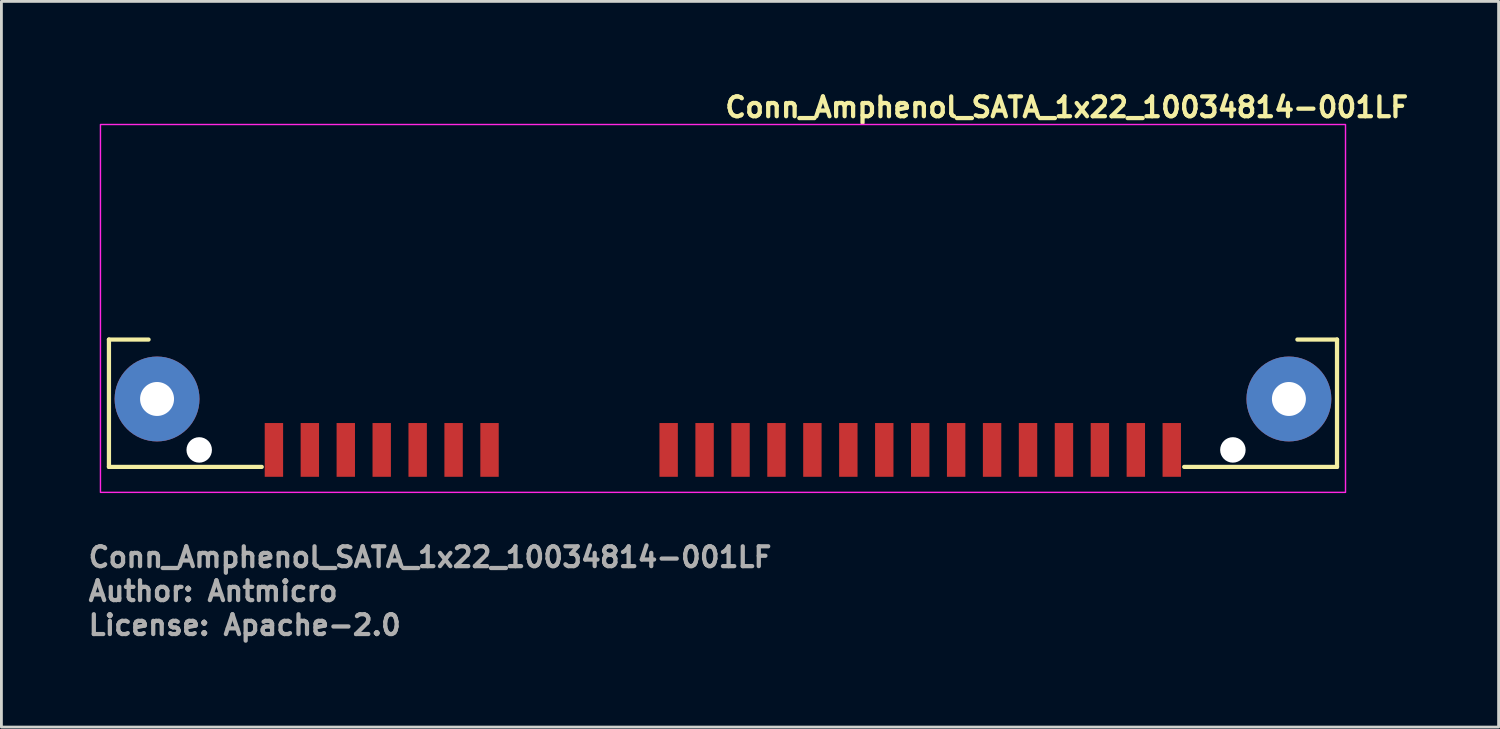
<source format=kicad_pcb>
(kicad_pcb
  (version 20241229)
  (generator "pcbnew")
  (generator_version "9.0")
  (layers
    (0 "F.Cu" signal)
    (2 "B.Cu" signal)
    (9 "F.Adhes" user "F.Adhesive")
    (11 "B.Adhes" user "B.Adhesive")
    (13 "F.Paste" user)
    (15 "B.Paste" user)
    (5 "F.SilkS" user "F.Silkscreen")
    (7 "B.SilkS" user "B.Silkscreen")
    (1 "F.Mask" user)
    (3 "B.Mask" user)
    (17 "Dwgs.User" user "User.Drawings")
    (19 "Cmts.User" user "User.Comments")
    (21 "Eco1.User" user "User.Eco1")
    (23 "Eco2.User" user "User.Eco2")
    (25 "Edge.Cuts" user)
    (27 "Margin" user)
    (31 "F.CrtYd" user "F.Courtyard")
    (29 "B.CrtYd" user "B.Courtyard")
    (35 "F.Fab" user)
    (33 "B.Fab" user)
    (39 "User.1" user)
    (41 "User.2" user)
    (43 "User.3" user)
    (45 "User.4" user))
  (footprint "Conn_Amphenol_SATA_1x22_10034814-001LF"
    (layer "F.Cu")
    (at 22.5 7.85)
    (property "Reference" "Conn_Amphenol_SATA_1x22_10034814-001LF" (at 0 -6.7 180) (layer "F.SilkS") (effects (font (size 0.7 0.7) (thickness 0.15)) (justify left bottom)))
    (attr smd)
    (fp_line (start -21.7 1.1) (end -21.7 5.6) (stroke (width 0.15) (type solid)) (layer "F.SilkS"))
    (fp_line (start -21.7 5.6) (end -16.3 5.6) (stroke (width 0.15) (type solid)) (layer "F.SilkS"))
    (fp_line (start -20.3 1.1) (end -21.7 1.1) (stroke (width 0.15) (type solid)) (layer "F.SilkS"))
    (fp_line (start 20.3 1.1) (end 21.7 1.1) (stroke (width 0.15) (type solid)) (layer "F.SilkS"))
    (fp_line (start 21.7 1.1) (end 21.7 5.6) (stroke (width 0.15) (type solid)) (layer "F.SilkS"))
    (fp_line (start 21.7 5.6) (end 16.3 5.6) (stroke (width 0.15) (type solid)) (layer "F.SilkS"))
    (fp_rect (start -22 -6.5) (end 22 6.5) (stroke (width 0.05) (type solid)) (fill no) (layer "F.CrtYd"))
    (fp_rect (start -21.2 -6.2) (end 21.2 6.2) (stroke (width 0.1) (type solid)) (fill no) (layer "User.5"))
    (fp_line (start -21.2 3.05) (end -21.2 1.2) (stroke (width 0.02) (type solid)) (layer "User.9"))
    (fp_line (start -21.2 3.05) (end -21.054 3.05) (stroke (width 0.02) (type solid)) (layer "User.9"))
    (fp_line (start -21.2 6.2) (end -21.2 3.05) (stroke (width 0.02) (type solid)) (layer "User.9"))
    (fp_line (start -21.054 1.2) (end -21.2 1.2) (stroke (width 0.02) (type solid)) (layer "User.9"))
    (fp_line (start -21.054 1.2) (end -21.054 1.2) (stroke (width 0.02) (type solid)) (layer "User.9"))
    (fp_line (start -21.054 3.05) (end -21.054 3.05) (stroke (width 0.02) (type solid)) (layer "User.9"))
    (fp_line (start -21.054 3.05) (end -20.7 3.05) (stroke (width 0.02) (type solid)) (layer "User.9"))
    (fp_line (start -20.7 1.2) (end -21.054 1.2) (stroke (width 0.02) (type solid)) (layer "User.9"))
    (fp_line (start -20.7 1.2) (end -18.095 1.2) (stroke (width 0.02) (type solid)) (layer "User.9"))
    (fp_line (start -20.7 3.05) (end 20.7 3.05) (stroke (width 0.02) (type solid)) (layer "User.9"))
    (fp_line (start -20.215 -4.5) (end -20.215 1.2) (stroke (width 0.02) (type solid)) (layer "User.9"))
    (fp_line (start -20.214 -4.501) (end -20.215 -4.5) (stroke (width 0.02) (type solid)) (layer "User.9"))
    (fp_line (start -20.214 -4.501) (end -20.215 -4.5) (stroke (width 0.02) (type solid)) (layer "User.9"))
    (fp_line (start -20.212 -4.504) (end -20.214 -4.501) (stroke (width 0.02) (type solid)) (layer "User.9"))
    (fp_line (start -20.212 -4.504) (end -20.214 -4.501) (stroke (width 0.02) (type solid)) (layer "User.9"))
    (fp_line (start -20.21 -4.507) (end -20.212 -4.504) (stroke (width 0.02) (type solid)) (layer "User.9"))
    (fp_line (start -20.207 -4.509) (end -20.211 -4.506) (stroke (width 0.02) (type solid)) (layer "User.9"))
    (fp_line (start -20.207 -4.509) (end -20.21 -4.507) (stroke (width 0.02) (type solid)) (layer "User.9"))
    (fp_line (start -20.204 -4.511) (end -20.207 -4.509) (stroke (width 0.02) (type solid)) (layer "User.9"))
    (fp_line (start -20.202 -4.512) (end -20.207 -4.509) (stroke (width 0.02) (type solid)) (layer "User.9"))
    (fp_line (start -20.2 -4.513) (end -20.204 -4.511) (stroke (width 0.02) (type solid)) (layer "User.9"))
    (fp_line (start -20.196 -4.515) (end -20.202 -4.512) (stroke (width 0.02) (type solid)) (layer "User.9"))
    (fp_line (start -20.196 -4.515) (end -20.2 -4.513) (stroke (width 0.02) (type solid)) (layer "User.9"))
    (fp_line (start -20.191 -4.516) (end -20.196 -4.515) (stroke (width 0.02) (type solid)) (layer "User.9"))
    (fp_line (start -20.188 -4.517) (end -20.196 -4.515) (stroke (width 0.02) (type solid)) (layer "User.9"))
    (fp_line (start -20.186 -4.518) (end -20.191 -4.516) (stroke (width 0.02) (type solid)) (layer "User.9"))
    (fp_line (start -20.18 -4.519) (end -20.186 -4.518) (stroke (width 0.02) (type solid)) (layer "User.9"))
    (fp_line (start -20.179 -4.519) (end -20.188 -4.517) (stroke (width 0.02) (type solid)) (layer "User.9"))
    (fp_line (start -20.174 -4.52) (end -20.18 -4.519) (stroke (width 0.02) (type solid)) (layer "User.9"))
    (fp_line (start -20.168 -4.52) (end -20.179 -4.519) (stroke (width 0.02) (type solid)) (layer "User.9"))
    (fp_line (start -20.167 -4.52) (end -20.174 -4.52) (stroke (width 0.02) (type solid)) (layer "User.9"))
    (fp_line (start -20.16 -4.521) (end -20.167 -4.52) (stroke (width 0.02) (type solid)) (layer "User.9"))
    (fp_line (start -20.157 -4.521) (end -20.168 -4.52) (stroke (width 0.02) (type solid)) (layer "User.9"))
    (fp_line (start -20.152 -4.521) (end -20.16 -4.521) (stroke (width 0.02) (type solid)) (layer "User.9"))
    (fp_line (start -20.145 -4.521) (end -20.157 -4.521) (stroke (width 0.02) (type solid)) (layer "User.9"))
    (fp_line (start -20.144 -4.521) (end -20.152 -4.521) (stroke (width 0.02) (type solid)) (layer "User.9"))
    (fp_line (start -20.136 -4.521) (end -20.144 -4.521) (stroke (width 0.02) (type solid)) (layer "User.9"))
    (fp_line (start -20.131 -4.521) (end -20.145 -4.521) (stroke (width 0.02) (type solid)) (layer "User.9"))
    (fp_line (start -20.126 -4.521) (end -20.136 -4.521) (stroke (width 0.02) (type solid)) (layer "User.9"))
    (fp_line (start -20.117 -4.52) (end -20.126 -4.521) (stroke (width 0.02) (type solid)) (layer "User.9"))
    (fp_line (start -20.117 -4.52) (end -20.117 -4.52) (stroke (width 0.02) (type solid)) (layer "User.9"))
    (fp_line (start -20.116 -4.52) (end -20.131 -4.521) (stroke (width 0.02) (type solid)) (layer "User.9"))
    (fp_line (start -20.096 -4.519) (end -20.117 -4.52) (stroke (width 0.02) (type solid)) (layer "User.9"))
    (fp_line (start -20.084 -4.518) (end -20.116 -4.52) (stroke (width 0.02) (type solid)) (layer "User.9"))
    (fp_line (start -20.075 -4.517) (end -20.096 -4.519) (stroke (width 0.02) (type solid)) (layer "User.9"))
    (fp_line (start -20.049 -4.515) (end -20.084 -4.518) (stroke (width 0.02) (type solid)) (layer "User.9"))
    (fp_line (start -20.027 -4.512) (end -20.075 -4.517) (stroke (width 0.02) (type solid)) (layer "User.9"))
    (fp_line (start -20.01 -4.51) (end -20.049 -4.515) (stroke (width 0.02) (type solid)) (layer "User.9"))
    (fp_line (start -19.976 -4.506) (end -20.027 -4.512) (stroke (width 0.02) (type solid)) (layer "User.9"))
    (fp_line (start -19.95 -4.503) (end -19.976 -4.506) (stroke (width 0.02) (type solid)) (layer "User.9"))
    (fp_line (start -19.923 -4.5) (end -19.95 -4.503) (stroke (width 0.02) (type solid)) (layer "User.9"))
    (fp_line (start -19.923 -4.5) (end -19.915 -4.5) (stroke (width 0.02) (type solid)) (layer "User.9"))
    (fp_line (start -19.915 -4.5) (end -18.095 -4.5) (stroke (width 0.02) (type solid)) (layer "User.9"))
    (fp_line (start -19.05 6.2) (end -21.2 6.2) (stroke (width 0.02) (type solid)) (layer "User.9"))
    (fp_line (start -19.05 6.2) (end -19.05 3.05) (stroke (width 0.02) (type solid)) (layer "User.9"))
    (fp_line (start -19.05 6.2) (end -18.904 6.2) (stroke (width 0.02) (type solid)) (layer "User.9"))
    (fp_line (start -19.025 -6.2) (end -20.212 -4.504) (stroke (width 0.02) (type solid)) (layer "User.9"))
    (fp_line (start -19.025 -6.2) (end -18.939 -6.2) (stroke (width 0.02) (type solid)) (layer "User.9"))
    (fp_line (start -18.939 -6.2) (end -18.939 -6.2) (stroke (width 0.02) (type solid)) (layer "User.9"))
    (fp_line (start -18.939 -6.2) (end -18.734 -6.2) (stroke (width 0.02) (type solid)) (layer "User.9"))
    (fp_line (start -18.904 6.2) (end -18.904 6.2) (stroke (width 0.02) (type solid)) (layer "User.9"))
    (fp_line (start -18.904 6.2) (end -18.55 6.2) (stroke (width 0.02) (type solid)) (layer "User.9"))
    (fp_line (start -18.55 6.2) (end -17.5 6.2) (stroke (width 0.02) (type solid)) (layer "User.9"))
    (fp_line (start -18.525 -6.2) (end -18.734 -6.2) (stroke (width 0.02) (type solid)) (layer "User.9"))
    (fp_line (start -18.095 -5.455) (end -18.525 -6.2) (stroke (width 0.02) (type solid)) (layer "User.9"))
    (fp_line (start -18.095 -4.5) (end -18.095 -5.455) (stroke (width 0.02) (type solid)) (layer "User.9"))
    (fp_line (start -18.095 -4.5) (end -18.095 1.2) (stroke (width 0.02) (type solid)) (layer "User.9"))
    (fp_line (start -18.095 -4.5) (end 18.095 -4.5) (stroke (width 0.02) (type solid)) (layer "User.9"))
    (fp_line (start -17.5 3.05) (end -17.5 6.2) (stroke (width 0.02) (type solid)) (layer "User.9"))
    (fp_line (start -16.175 3.07) (end -16.175 3.05) (stroke (width 0.02) (type solid)) (layer "User.9"))
    (fp_line (start -16.175 3.07) (end -16.025 3.07) (stroke (width 0.02) (type solid)) (layer "User.9"))
    (fp_line (start -16.025 3.07) (end -16.025 3.82) (stroke (width 0.02) (type solid)) (layer "User.9"))
    (fp_line (start -16.025 3.82) (end -16.025 4.174) (stroke (width 0.02) (type solid)) (layer "User.9"))
    (fp_line (start -16.025 4.174) (end -16.025 4.174) (stroke (width 0.02) (type solid)) (layer "User.9"))
    (fp_line (start -16.025 4.174) (end -16.025 4.362) (stroke (width 0.02) (type solid)) (layer "User.9"))
    (fp_line (start -16.025 4.362) (end -16.025 4.653) (stroke (width 0.02) (type solid)) (layer "User.9"))
    (fp_line (start -16.025 4.653) (end -16.025 4.948) (stroke (width 0.02) (type solid)) (layer "User.9"))
    (fp_line (start -16.025 5.8) (end -16.025 4.948) (stroke (width 0.02) (type solid)) (layer "User.9"))
    (fp_line (start -16.025 5.8) (end -15.725 5.8) (stroke (width 0.02) (type solid)) (layer "User.9"))
    (fp_line (start -15.725 3.07) (end -15.575 3.07) (stroke (width 0.02) (type solid)) (layer "User.9"))
    (fp_line (start -15.725 3.82) (end -15.725 3.07) (stroke (width 0.02) (type solid)) (layer "User.9"))
    (fp_line (start -15.725 4.174) (end -15.725 3.82) (stroke (width 0.02) (type solid)) (layer "User.9"))
    (fp_line (start -15.725 4.174) (end -15.725 4.174) (stroke (width 0.02) (type solid)) (layer "User.9"))
    (fp_line (start -15.725 4.362) (end -15.725 4.174) (stroke (width 0.02) (type solid)) (layer "User.9"))
    (fp_line (start -15.725 4.653) (end -15.725 4.362) (stroke (width 0.02) (type solid)) (layer "User.9"))
    (fp_line (start -15.725 4.948) (end -15.725 4.653) (stroke (width 0.02) (type solid)) (layer "User.9"))
    (fp_line (start -15.725 4.948) (end -15.725 5.8) (stroke (width 0.02) (type solid)) (layer "User.9"))
    (fp_line (start -15.575 3.07) (end -15.575 3.05) (stroke (width 0.02) (type solid)) (layer "User.9"))
    (fp_line (start -14.905 3.07) (end -14.905 3.05) (stroke (width 0.02) (type solid)) (layer "User.9"))
    (fp_line (start -14.905 3.07) (end -14.755 3.07) (stroke (width 0.02) (type solid)) (layer "User.9"))
    (fp_line (start -14.755 3.07) (end -14.755 3.82) (stroke (width 0.02) (type solid)) (layer "User.9"))
    (fp_line (start -14.755 3.82) (end -14.755 4.174) (stroke (width 0.02) (type solid)) (layer "User.9"))
    (fp_line (start -14.755 4.174) (end -14.755 4.174) (stroke (width 0.02) (type solid)) (layer "User.9"))
    (fp_line (start -14.755 4.174) (end -14.755 4.362) (stroke (width 0.02) (type solid)) (layer "User.9"))
    (fp_line (start -14.755 4.362) (end -14.755 4.653) (stroke (width 0.02) (type solid)) (layer "User.9"))
    (fp_line (start -14.755 4.653) (end -14.755 4.948) (stroke (width 0.02) (type solid)) (layer "User.9"))
    (fp_line (start -14.755 5.8) (end -14.755 4.948) (stroke (width 0.02) (type solid)) (layer "User.9"))
    (fp_line (start -14.755 5.8) (end -14.455 5.8) (stroke (width 0.02) (type solid)) (layer "User.9"))
    (fp_line (start -14.455 3.07) (end -14.305 3.07) (stroke (width 0.02) (type solid)) (layer "User.9"))
    (fp_line (start -14.455 3.82) (end -14.455 3.07) (stroke (width 0.02) (type solid)) (layer "User.9"))
    (fp_line (start -14.455 4.174) (end -14.455 3.82) (stroke (width 0.02) (type solid)) (layer "User.9"))
    (fp_line (start -14.455 4.174) (end -14.455 4.174) (stroke (width 0.02) (type solid)) (layer "User.9"))
    (fp_line (start -14.455 4.362) (end -14.455 4.174) (stroke (width 0.02) (type solid)) (layer "User.9"))
    (fp_line (start -14.455 4.653) (end -14.455 4.362) (stroke (width 0.02) (type solid)) (layer "User.9"))
    (fp_line (start -14.455 4.948) (end -14.455 4.653) (stroke (width 0.02) (type solid)) (layer "User.9"))
    (fp_line (start -14.455 4.948) (end -14.455 5.8) (stroke (width 0.02) (type solid)) (layer "User.9"))
    (fp_line (start -14.305 3.07) (end -14.305 3.05) (stroke (width 0.02) (type solid)) (layer "User.9"))
    (fp_line (start -13.635 3.07) (end -13.635 3.05) (stroke (width 0.02) (type solid)) (layer "User.9"))
    (fp_line (start -13.635 3.07) (end -13.485 3.07) (stroke (width 0.02) (type solid)) (layer "User.9"))
    (fp_line (start -13.485 3.07) (end -13.485 3.82) (stroke (width 0.02) (type solid)) (layer "User.9"))
    (fp_line (start -13.485 3.82) (end -13.485 4.174) (stroke (width 0.02) (type solid)) (layer "User.9"))
    (fp_line (start -13.485 4.174) (end -13.485 4.174) (stroke (width 0.02) (type solid)) (layer "User.9"))
    (fp_line (start -13.485 4.174) (end -13.485 4.362) (stroke (width 0.02) (type solid)) (layer "User.9"))
    (fp_line (start -13.485 4.362) (end -13.485 4.653) (stroke (width 0.02) (type solid)) (layer "User.9"))
    (fp_line (start -13.485 4.653) (end -13.485 4.948) (stroke (width 0.02) (type solid)) (layer "User.9"))
    (fp_line (start -13.485 5.8) (end -13.485 4.948) (stroke (width 0.02) (type solid)) (layer "User.9"))
    (fp_line (start -13.485 5.8) (end -13.185 5.8) (stroke (width 0.02) (type solid)) (layer "User.9"))
    (fp_line (start -13.185 3.07) (end -13.035 3.07) (stroke (width 0.02) (type solid)) (layer "User.9"))
    (fp_line (start -13.185 3.82) (end -13.185 3.07) (stroke (width 0.02) (type solid)) (layer "User.9"))
    (fp_line (start -13.185 4.174) (end -13.185 3.82) (stroke (width 0.02) (type solid)) (layer "User.9"))
    (fp_line (start -13.185 4.174) (end -13.185 4.174) (stroke (width 0.02) (type solid)) (layer "User.9"))
    (fp_line (start -13.185 4.362) (end -13.185 4.174) (stroke (width 0.02) (type solid)) (layer "User.9"))
    (fp_line (start -13.185 4.653) (end -13.185 4.362) (stroke (width 0.02) (type solid)) (layer "User.9"))
    (fp_line (start -13.185 4.948) (end -13.185 4.653) (stroke (width 0.02) (type solid)) (layer "User.9"))
    (fp_line (start -13.185 4.948) (end -13.185 5.8) (stroke (width 0.02) (type solid)) (layer "User.9"))
    (fp_line (start -13.035 3.07) (end -13.035 3.05) (stroke (width 0.02) (type solid)) (layer "User.9"))
    (fp_line (start -12.365 3.07) (end -12.365 3.05) (stroke (width 0.02) (type solid)) (layer "User.9"))
    (fp_line (start -12.365 3.07) (end -12.215 3.07) (stroke (width 0.02) (type solid)) (layer "User.9"))
    (fp_line (start -12.215 3.07) (end -12.215 3.82) (stroke (width 0.02) (type solid)) (layer "User.9"))
    (fp_line (start -12.215 3.82) (end -12.215 4.174) (stroke (width 0.02) (type solid)) (layer "User.9"))
    (fp_line (start -12.215 4.174) (end -12.215 4.174) (stroke (width 0.02) (type solid)) (layer "User.9"))
    (fp_line (start -12.215 4.174) (end -12.215 4.362) (stroke (width 0.02) (type solid)) (layer "User.9"))
    (fp_line (start -12.215 4.362) (end -12.215 4.653) (stroke (width 0.02) (type solid)) (layer "User.9"))
    (fp_line (start -12.215 4.653) (end -12.215 4.948) (stroke (width 0.02) (type solid)) (layer "User.9"))
    (fp_line (start -12.215 5.8) (end -12.215 4.948) (stroke (width 0.02) (type solid)) (layer "User.9"))
    (fp_line (start -12.215 5.8) (end -11.915 5.8) (stroke (width 0.02) (type solid)) (layer "User.9"))
    (fp_line (start -11.915 3.07) (end -11.765 3.07) (stroke (width 0.02) (type solid)) (layer "User.9"))
    (fp_line (start -11.915 3.82) (end -11.915 3.07) (stroke (width 0.02) (type solid)) (layer "User.9"))
    (fp_line (start -11.915 4.174) (end -11.915 3.82) (stroke (width 0.02) (type solid)) (layer "User.9"))
    (fp_line (start -11.915 4.174) (end -11.915 4.174) (stroke (width 0.02) (type solid)) (layer "User.9"))
    (fp_line (start -11.915 4.362) (end -11.915 4.174) (stroke (width 0.02) (type solid)) (layer "User.9"))
    (fp_line (start -11.915 4.653) (end -11.915 4.362) (stroke (width 0.02) (type solid)) (layer "User.9"))
    (fp_line (start -11.915 4.948) (end -11.915 4.653) (stroke (width 0.02) (type solid)) (layer "User.9"))
    (fp_line (start -11.915 4.948) (end -11.915 5.8) (stroke (width 0.02) (type solid)) (layer "User.9"))
    (fp_line (start -11.765 3.07) (end -11.765 3.05) (stroke (width 0.02) (type solid)) (layer "User.9"))
    (fp_line (start -11.095 3.07) (end -11.095 3.05) (stroke (width 0.02) (type solid)) (layer "User.9"))
    (fp_line (start -11.095 3.07) (end -10.945 3.07) (stroke (width 0.02) (type solid)) (layer "User.9"))
    (fp_line (start -10.945 3.07) (end -10.945 3.82) (stroke (width 0.02) (type solid)) (layer "User.9"))
    (fp_line (start -10.945 3.82) (end -10.945 4.174) (stroke (width 0.02) (type solid)) (layer "User.9"))
    (fp_line (start -10.945 4.174) (end -10.945 4.174) (stroke (width 0.02) (type solid)) (layer "User.9"))
    (fp_line (start -10.945 4.174) (end -10.945 4.362) (stroke (width 0.02) (type solid)) (layer "User.9"))
    (fp_line (start -10.945 4.362) (end -10.945 4.653) (stroke (width 0.02) (type solid)) (layer "User.9"))
    (fp_line (start -10.945 4.653) (end -10.945 4.948) (stroke (width 0.02) (type solid)) (layer "User.9"))
    (fp_line (start -10.945 5.8) (end -10.945 4.948) (stroke (width 0.02) (type solid)) (layer "User.9"))
    (fp_line (start -10.945 5.8) (end -10.645 5.8) (stroke (width 0.02) (type solid)) (layer "User.9"))
    (fp_line (start -10.645 3.07) (end -10.495 3.07) (stroke (width 0.02) (type solid)) (layer "User.9"))
    (fp_line (start -10.645 3.82) (end -10.645 3.07) (stroke (width 0.02) (type solid)) (layer "User.9"))
    (fp_line (start -10.645 4.174) (end -10.645 3.82) (stroke (width 0.02) (type solid)) (layer "User.9"))
    (fp_line (start -10.645 4.174) (end -10.645 4.174) (stroke (width 0.02) (type solid)) (layer "User.9"))
    (fp_line (start -10.645 4.362) (end -10.645 4.174) (stroke (width 0.02) (type solid)) (layer "User.9"))
    (fp_line (start -10.645 4.653) (end -10.645 4.362) (stroke (width 0.02) (type solid)) (layer "User.9"))
    (fp_line (start -10.645 4.948) (end -10.645 4.653) (stroke (width 0.02) (type solid)) (layer "User.9"))
    (fp_line (start -10.645 4.948) (end -10.645 5.8) (stroke (width 0.02) (type solid)) (layer "User.9"))
    (fp_line (start -10.495 3.07) (end -10.495 3.05) (stroke (width 0.02) (type solid)) (layer "User.9"))
    (fp_line (start -9.825 3.07) (end -9.825 3.05) (stroke (width 0.02) (type solid)) (layer "User.9"))
    (fp_line (start -9.825 3.07) (end -9.675 3.07) (stroke (width 0.02) (type solid)) (layer "User.9"))
    (fp_line (start -9.675 3.07) (end -9.675 3.82) (stroke (width 0.02) (type solid)) (layer "User.9"))
    (fp_line (start -9.675 3.82) (end -9.675 4.174) (stroke (width 0.02) (type solid)) (layer "User.9"))
    (fp_line (start -9.675 4.174) (end -9.675 4.174) (stroke (width 0.02) (type solid)) (layer "User.9"))
    (fp_line (start -9.675 4.174) (end -9.675 4.362) (stroke (width 0.02) (type solid)) (layer "User.9"))
    (fp_line (start -9.675 4.362) (end -9.675 4.653) (stroke (width 0.02) (type solid)) (layer "User.9"))
    (fp_line (start -9.675 4.653) (end -9.675 4.948) (stroke (width 0.02) (type solid)) (layer "User.9"))
    (fp_line (start -9.675 5.8) (end -9.675 4.948) (stroke (width 0.02) (type solid)) (layer "User.9"))
    (fp_line (start -9.675 5.8) (end -9.375 5.8) (stroke (width 0.02) (type solid)) (layer "User.9"))
    (fp_line (start -9.375 3.07) (end -9.225 3.07) (stroke (width 0.02) (type solid)) (layer "User.9"))
    (fp_line (start -9.375 3.82) (end -9.375 3.07) (stroke (width 0.02) (type solid)) (layer "User.9"))
    (fp_line (start -9.375 4.174) (end -9.375 3.82) (stroke (width 0.02) (type solid)) (layer "User.9"))
    (fp_line (start -9.375 4.174) (end -9.375 4.174) (stroke (width 0.02) (type solid)) (layer "User.9"))
    (fp_line (start -9.375 4.362) (end -9.375 4.174) (stroke (width 0.02) (type solid)) (layer "User.9"))
    (fp_line (start -9.375 4.653) (end -9.375 4.362) (stroke (width 0.02) (type solid)) (layer "User.9"))
    (fp_line (start -9.375 4.948) (end -9.375 4.653) (stroke (width 0.02) (type solid)) (layer "User.9"))
    (fp_line (start -9.375 4.948) (end -9.375 5.8) (stroke (width 0.02) (type solid)) (layer "User.9"))
    (fp_line (start -9.225 3.07) (end -9.225 3.05) (stroke (width 0.02) (type solid)) (layer "User.9"))
    (fp_line (start -8.555 3.07) (end -8.555 3.05) (stroke (width 0.02) (type solid)) (layer "User.9"))
    (fp_line (start -8.555 3.07) (end -8.405 3.07) (stroke (width 0.02) (type solid)) (layer "User.9"))
    (fp_line (start -8.405 3.07) (end -8.405 3.82) (stroke (width 0.02) (type solid)) (layer "User.9"))
    (fp_line (start -8.405 3.82) (end -8.405 4.174) (stroke (width 0.02) (type solid)) (layer "User.9"))
    (fp_line (start -8.405 4.174) (end -8.405 4.174) (stroke (width 0.02) (type solid)) (layer "User.9"))
    (fp_line (start -8.405 4.174) (end -8.405 4.362) (stroke (width 0.02) (type solid)) (layer "User.9"))
    (fp_line (start -8.405 4.362) (end -8.405 4.653) (stroke (width 0.02) (type solid)) (layer "User.9"))
    (fp_line (start -8.405 4.653) (end -8.405 4.948) (stroke (width 0.02) (type solid)) (layer "User.9"))
    (fp_line (start -8.405 5.8) (end -8.405 4.948) (stroke (width 0.02) (type solid)) (layer "User.9"))
    (fp_line (start -8.405 5.8) (end -8.105 5.8) (stroke (width 0.02) (type solid)) (layer "User.9"))
    (fp_line (start -8.105 3.07) (end -7.955 3.07) (stroke (width 0.02) (type solid)) (layer "User.9"))
    (fp_line (start -8.105 3.82) (end -8.105 3.07) (stroke (width 0.02) (type solid)) (layer "User.9"))
    (fp_line (start -8.105 4.174) (end -8.105 3.82) (stroke (width 0.02) (type solid)) (layer "User.9"))
    (fp_line (start -8.105 4.174) (end -8.105 4.174) (stroke (width 0.02) (type solid)) (layer "User.9"))
    (fp_line (start -8.105 4.362) (end -8.105 4.174) (stroke (width 0.02) (type solid)) (layer "User.9"))
    (fp_line (start -8.105 4.653) (end -8.105 4.362) (stroke (width 0.02) (type solid)) (layer "User.9"))
    (fp_line (start -8.105 4.948) (end -8.105 4.653) (stroke (width 0.02) (type solid)) (layer "User.9"))
    (fp_line (start -8.105 4.948) (end -8.105 5.8) (stroke (width 0.02) (type solid)) (layer "User.9"))
    (fp_line (start -7.955 3.07) (end -7.955 3.05) (stroke (width 0.02) (type solid)) (layer "User.9"))
    (fp_line (start -2.205 3.07) (end -2.205 3.05) (stroke (width 0.02) (type solid)) (layer "User.9"))
    (fp_line (start -2.205 3.07) (end -2.055 3.07) (stroke (width 0.02) (type solid)) (layer "User.9"))
    (fp_line (start -2.055 3.07) (end -2.055 3.82) (stroke (width 0.02) (type solid)) (layer "User.9"))
    (fp_line (start -2.055 3.82) (end -2.055 4.174) (stroke (width 0.02) (type solid)) (layer "User.9"))
    (fp_line (start -2.055 4.174) (end -2.055 4.174) (stroke (width 0.02) (type solid)) (layer "User.9"))
    (fp_line (start -2.055 4.174) (end -2.055 4.362) (stroke (width 0.02) (type solid)) (layer "User.9"))
    (fp_line (start -2.055 4.362) (end -2.055 4.653) (stroke (width 0.02) (type solid)) (layer "User.9"))
    (fp_line (start -2.055 4.653) (end -2.055 4.948) (stroke (width 0.02) (type solid)) (layer "User.9"))
    (fp_line (start -2.055 5.8) (end -2.055 4.948) (stroke (width 0.02) (type solid)) (layer "User.9"))
    (fp_line (start -2.055 5.8) (end -1.755 5.8) (stroke (width 0.02) (type solid)) (layer "User.9"))
    (fp_line (start -1.755 3.07) (end -1.605 3.07) (stroke (width 0.02) (type solid)) (layer "User.9"))
    (fp_line (start -1.755 3.82) (end -1.755 3.07) (stroke (width 0.02) (type solid)) (layer "User.9"))
    (fp_line (start -1.755 4.174) (end -1.755 3.82) (stroke (width 0.02) (type solid)) (layer "User.9"))
    (fp_line (start -1.755 4.174) (end -1.755 4.174) (stroke (width 0.02) (type solid)) (layer "User.9"))
    (fp_line (start -1.755 4.362) (end -1.755 4.174) (stroke (width 0.02) (type solid)) (layer "User.9"))
    (fp_line (start -1.755 4.653) (end -1.755 4.362) (stroke (width 0.02) (type solid)) (layer "User.9"))
    (fp_line (start -1.755 4.948) (end -1.755 4.653) (stroke (width 0.02) (type solid)) (layer "User.9"))
    (fp_line (start -1.755 4.948) (end -1.755 5.8) (stroke (width 0.02) (type solid)) (layer "User.9"))
    (fp_line (start -1.605 3.07) (end -1.605 3.05) (stroke (width 0.02) (type solid)) (layer "User.9"))
    (fp_line (start -0.935 3.07) (end -0.935 3.05) (stroke (width 0.02) (type solid)) (layer "User.9"))
    (fp_line (start -0.935 3.07) (end -0.785 3.07) (stroke (width 0.02) (type solid)) (layer "User.9"))
    (fp_line (start -0.785 3.07) (end -0.785 3.82) (stroke (width 0.02) (type solid)) (layer "User.9"))
    (fp_line (start -0.785 3.82) (end -0.785 4.174) (stroke (width 0.02) (type solid)) (layer "User.9"))
    (fp_line (start -0.785 4.174) (end -0.785 4.174) (stroke (width 0.02) (type solid)) (layer "User.9"))
    (fp_line (start -0.785 4.174) (end -0.785 4.362) (stroke (width 0.02) (type solid)) (layer "User.9"))
    (fp_line (start -0.785 4.362) (end -0.785 4.653) (stroke (width 0.02) (type solid)) (layer "User.9"))
    (fp_line (start -0.785 4.653) (end -0.785 4.948) (stroke (width 0.02) (type solid)) (layer "User.9"))
    (fp_line (start -0.785 5.8) (end -0.785 4.948) (stroke (width 0.02) (type solid)) (layer "User.9"))
    (fp_line (start -0.785 5.8) (end -0.485 5.8) (stroke (width 0.02) (type solid)) (layer "User.9"))
    (fp_line (start -0.485 3.07) (end -0.335 3.07) (stroke (width 0.02) (type solid)) (layer "User.9"))
    (fp_line (start -0.485 3.82) (end -0.485 3.07) (stroke (width 0.02) (type solid)) (layer "User.9"))
    (fp_line (start -0.485 4.174) (end -0.485 3.82) (stroke (width 0.02) (type solid)) (layer "User.9"))
    (fp_line (start -0.485 4.174) (end -0.485 4.174) (stroke (width 0.02) (type solid)) (layer "User.9"))
    (fp_line (start -0.485 4.362) (end -0.485 4.174) (stroke (width 0.02) (type solid)) (layer "User.9"))
    (fp_line (start -0.485 4.653) (end -0.485 4.362) (stroke (width 0.02) (type solid)) (layer "User.9"))
    (fp_line (start -0.485 4.948) (end -0.485 4.653) (stroke (width 0.02) (type solid)) (layer "User.9"))
    (fp_line (start -0.485 4.948) (end -0.485 5.8) (stroke (width 0.02) (type solid)) (layer "User.9"))
    (fp_line (start -0.335 3.07) (end -0.335 3.05) (stroke (width 0.02) (type solid)) (layer "User.9"))
    (fp_line (start 0.335 3.07) (end 0.335 3.05) (stroke (width 0.02) (type solid)) (layer "User.9"))
    (fp_line (start 0.335 3.07) (end 0.485 3.07) (stroke (width 0.02) (type solid)) (layer "User.9"))
    (fp_line (start 0.485 3.07) (end 0.485 3.82) (stroke (width 0.02) (type solid)) (layer "User.9"))
    (fp_line (start 0.485 3.82) (end 0.485 4.174) (stroke (width 0.02) (type solid)) (layer "User.9"))
    (fp_line (start 0.485 4.174) (end 0.485 4.174) (stroke (width 0.02) (type solid)) (layer "User.9"))
    (fp_line (start 0.485 4.174) (end 0.485 4.362) (stroke (width 0.02) (type solid)) (layer "User.9"))
    (fp_line (start 0.485 4.362) (end 0.485 4.653) (stroke (width 0.02) (type solid)) (layer "User.9"))
    (fp_line (start 0.485 4.653) (end 0.485 4.948) (stroke (width 0.02) (type solid)) (layer "User.9"))
    (fp_line (start 0.485 5.8) (end 0.485 4.948) (stroke (width 0.02) (type solid)) (layer "User.9"))
    (fp_line (start 0.485 5.8) (end 0.785 5.8) (stroke (width 0.02) (type solid)) (layer "User.9"))
    (fp_line (start 0.785 3.07) (end 0.935 3.07) (stroke (width 0.02) (type solid)) (layer "User.9"))
    (fp_line (start 0.785 3.82) (end 0.785 3.07) (stroke (width 0.02) (type solid)) (layer "User.9"))
    (fp_line (start 0.785 4.174) (end 0.785 3.82) (stroke (width 0.02) (type solid)) (layer "User.9"))
    (fp_line (start 0.785 4.174) (end 0.785 4.174) (stroke (width 0.02) (type solid)) (layer "User.9"))
    (fp_line (start 0.785 4.362) (end 0.785 4.174) (stroke (width 0.02) (type solid)) (layer "User.9"))
    (fp_line (start 0.785 4.653) (end 0.785 4.362) (stroke (width 0.02) (type solid)) (layer "User.9"))
    (fp_line (start 0.785 4.948) (end 0.785 4.653) (stroke (width 0.02) (type solid)) (layer "User.9"))
    (fp_line (start 0.785 4.948) (end 0.785 5.8) (stroke (width 0.02) (type solid)) (layer "User.9"))
    (fp_line (start 0.935 3.07) (end 0.935 3.05) (stroke (width 0.02) (type solid)) (layer "User.9"))
    (fp_line (start 1.605 3.07) (end 1.605 3.05) (stroke (width 0.02) (type solid)) (layer "User.9"))
    (fp_line (start 1.605 3.07) (end 1.755 3.07) (stroke (width 0.02) (type solid)) (layer "User.9"))
    (fp_line (start 1.755 3.07) (end 1.755 3.82) (stroke (width 0.02) (type solid)) (layer "User.9"))
    (fp_line (start 1.755 3.82) (end 1.755 4.174) (stroke (width 0.02) (type solid)) (layer "User.9"))
    (fp_line (start 1.755 4.174) (end 1.755 4.174) (stroke (width 0.02) (type solid)) (layer "User.9"))
    (fp_line (start 1.755 4.174) (end 1.755 4.362) (stroke (width 0.02) (type solid)) (layer "User.9"))
    (fp_line (start 1.755 4.362) (end 1.755 4.653) (stroke (width 0.02) (type solid)) (layer "User.9"))
    (fp_line (start 1.755 4.653) (end 1.755 4.948) (stroke (width 0.02) (type solid)) (layer "User.9"))
    (fp_line (start 1.755 5.8) (end 1.755 4.948) (stroke (width 0.02) (type solid)) (layer "User.9"))
    (fp_line (start 1.755 5.8) (end 2.055 5.8) (stroke (width 0.02) (type solid)) (layer "User.9"))
    (fp_line (start 2.055 3.07) (end 2.205 3.07) (stroke (width 0.02) (type solid)) (layer "User.9"))
    (fp_line (start 2.055 3.82) (end 2.055 3.07) (stroke (width 0.02) (type solid)) (layer "User.9"))
    (fp_line (start 2.055 4.174) (end 2.055 3.82) (stroke (width 0.02) (type solid)) (layer "User.9"))
    (fp_line (start 2.055 4.174) (end 2.055 4.174) (stroke (width 0.02) (type solid)) (layer "User.9"))
    (fp_line (start 2.055 4.362) (end 2.055 4.174) (stroke (width 0.02) (type solid)) (layer "User.9"))
    (fp_line (start 2.055 4.653) (end 2.055 4.362) (stroke (width 0.02) (type solid)) (layer "User.9"))
    (fp_line (start 2.055 4.948) (end 2.055 4.653) (stroke (width 0.02) (type solid)) (layer "User.9"))
    (fp_line (start 2.055 4.948) (end 2.055 5.8) (stroke (width 0.02) (type solid)) (layer "User.9"))
    (fp_line (start 2.205 3.07) (end 2.205 3.05) (stroke (width 0.02) (type solid)) (layer "User.9"))
    (fp_line (start 2.875 3.07) (end 2.875 3.05) (stroke (width 0.02) (type solid)) (layer "User.9"))
    (fp_line (start 2.875 3.07) (end 3.025 3.07) (stroke (width 0.02) (type solid)) (layer "User.9"))
    (fp_line (start 3.025 3.07) (end 3.025 3.82) (stroke (width 0.02) (type solid)) (layer "User.9"))
    (fp_line (start 3.025 3.82) (end 3.025 4.174) (stroke (width 0.02) (type solid)) (layer "User.9"))
    (fp_line (start 3.025 4.174) (end 3.025 4.174) (stroke (width 0.02) (type solid)) (layer "User.9"))
    (fp_line (start 3.025 4.174) (end 3.025 4.362) (stroke (width 0.02) (type solid)) (layer "User.9"))
    (fp_line (start 3.025 4.362) (end 3.025 4.653) (stroke (width 0.02) (type solid)) (layer "User.9"))
    (fp_line (start 3.025 4.653) (end 3.025 4.948) (stroke (width 0.02) (type solid)) (layer "User.9"))
    (fp_line (start 3.025 5.8) (end 3.025 4.948) (stroke (width 0.02) (type solid)) (layer "User.9"))
    (fp_line (start 3.025 5.8) (end 3.325 5.8) (stroke (width 0.02) (type solid)) (layer "User.9"))
    (fp_line (start 3.325 3.07) (end 3.475 3.07) (stroke (width 0.02) (type solid)) (layer "User.9"))
    (fp_line (start 3.325 3.82) (end 3.325 3.07) (stroke (width 0.02) (type solid)) (layer "User.9"))
    (fp_line (start 3.325 4.174) (end 3.325 3.82) (stroke (width 0.02) (type solid)) (layer "User.9"))
    (fp_line (start 3.325 4.174) (end 3.325 4.174) (stroke (width 0.02) (type solid)) (layer "User.9"))
    (fp_line (start 3.325 4.362) (end 3.325 4.174) (stroke (width 0.02) (type solid)) (layer "User.9"))
    (fp_line (start 3.325 4.653) (end 3.325 4.362) (stroke (width 0.02) (type solid)) (layer "User.9"))
    (fp_line (start 3.325 4.948) (end 3.325 4.653) (stroke (width 0.02) (type solid)) (layer "User.9"))
    (fp_line (start 3.325 4.948) (end 3.325 5.8) (stroke (width 0.02) (type solid)) (layer "User.9"))
    (fp_line (start 3.475 3.07) (end 3.475 3.05) (stroke (width 0.02) (type solid)) (layer "User.9"))
    (fp_line (start 4.145 3.07) (end 4.145 3.05) (stroke (width 0.02) (type solid)) (layer "User.9"))
    (fp_line (start 4.145 3.07) (end 4.295 3.07) (stroke (width 0.02) (type solid)) (layer "User.9"))
    (fp_line (start 4.295 3.07) (end 4.295 3.82) (stroke (width 0.02) (type solid)) (layer "User.9"))
    (fp_line (start 4.295 3.82) (end 4.295 4.174) (stroke (width 0.02) (type solid)) (layer "User.9"))
    (fp_line (start 4.295 4.174) (end 4.295 4.174) (stroke (width 0.02) (type solid)) (layer "User.9"))
    (fp_line (start 4.295 4.174) (end 4.295 4.362) (stroke (width 0.02) (type solid)) (layer "User.9"))
    (fp_line (start 4.295 4.362) (end 4.295 4.653) (stroke (width 0.02) (type solid)) (layer "User.9"))
    (fp_line (start 4.295 4.653) (end 4.295 4.948) (stroke (width 0.02) (type solid)) (layer "User.9"))
    (fp_line (start 4.295 5.8) (end 4.295 4.948) (stroke (width 0.02) (type solid)) (layer "User.9"))
    (fp_line (start 4.295 5.8) (end 4.595 5.8) (stroke (width 0.02) (type solid)) (layer "User.9"))
    (fp_line (start 4.595 3.07) (end 4.745 3.07) (stroke (width 0.02) (type solid)) (layer "User.9"))
    (fp_line (start 4.595 3.82) (end 4.595 3.07) (stroke (width 0.02) (type solid)) (layer "User.9"))
    (fp_line (start 4.595 4.174) (end 4.595 3.82) (stroke (width 0.02) (type solid)) (layer "User.9"))
    (fp_line (start 4.595 4.174) (end 4.595 4.174) (stroke (width 0.02) (type solid)) (layer "User.9"))
    (fp_line (start 4.595 4.362) (end 4.595 4.174) (stroke (width 0.02) (type solid)) (layer "User.9"))
    (fp_line (start 4.595 4.653) (end 4.595 4.362) (stroke (width 0.02) (type solid)) (layer "User.9"))
    (fp_line (start 4.595 4.948) (end 4.595 4.653) (stroke (width 0.02) (type solid)) (layer "User.9"))
    (fp_line (start 4.595 4.948) (end 4.595 5.8) (stroke (width 0.02) (type solid)) (layer "User.9"))
    (fp_line (start 4.745 3.07) (end 4.745 3.05) (stroke (width 0.02) (type solid)) (layer "User.9"))
    (fp_line (start 5.415 3.07) (end 5.415 3.05) (stroke (width 0.02) (type solid)) (layer "User.9"))
    (fp_line (start 5.415 3.07) (end 5.565 3.07) (stroke (width 0.02) (type solid)) (layer "User.9"))
    (fp_line (start 5.565 3.07) (end 5.565 3.82) (stroke (width 0.02) (type solid)) (layer "User.9"))
    (fp_line (start 5.565 3.82) (end 5.565 4.174) (stroke (width 0.02) (type solid)) (layer "User.9"))
    (fp_line (start 5.565 4.174) (end 5.565 4.174) (stroke (width 0.02) (type solid)) (layer "User.9"))
    (fp_line (start 5.565 4.174) (end 5.565 4.362) (stroke (width 0.02) (type solid)) (layer "User.9"))
    (fp_line (start 5.565 4.362) (end 5.565 4.653) (stroke (width 0.02) (type solid)) (layer "User.9"))
    (fp_line (start 5.565 4.653) (end 5.565 4.948) (stroke (width 0.02) (type solid)) (layer "User.9"))
    (fp_line (start 5.565 5.8) (end 5.565 4.948) (stroke (width 0.02) (type solid)) (layer "User.9"))
    (fp_line (start 5.565 5.8) (end 5.865 5.8) (stroke (width 0.02) (type solid)) (layer "User.9"))
    (fp_line (start 5.865 3.07) (end 6.015 3.07) (stroke (width 0.02) (type solid)) (layer "User.9"))
    (fp_line (start 5.865 3.82) (end 5.865 3.07) (stroke (width 0.02) (type solid)) (layer "User.9"))
    (fp_line (start 5.865 4.174) (end 5.865 3.82) (stroke (width 0.02) (type solid)) (layer "User.9"))
    (fp_line (start 5.865 4.174) (end 5.865 4.174) (stroke (width 0.02) (type solid)) (layer "User.9"))
    (fp_line (start 5.865 4.362) (end 5.865 4.174) (stroke (width 0.02) (type solid)) (layer "User.9"))
    (fp_line (start 5.865 4.653) (end 5.865 4.362) (stroke (width 0.02) (type solid)) (layer "User.9"))
    (fp_line (start 5.865 4.948) (end 5.865 4.653) (stroke (width 0.02) (type solid)) (layer "User.9"))
    (fp_line (start 5.865 4.948) (end 5.865 5.8) (stroke (width 0.02) (type solid)) (layer "User.9"))
    (fp_line (start 6.015 3.07) (end 6.015 3.05) (stroke (width 0.02) (type solid)) (layer "User.9"))
    (fp_line (start 6.685 3.07) (end 6.685 3.05) (stroke (width 0.02) (type solid)) (layer "User.9"))
    (fp_line (start 6.685 3.07) (end 6.835 3.07) (stroke (width 0.02) (type solid)) (layer "User.9"))
    (fp_line (start 6.835 3.07) (end 6.835 3.82) (stroke (width 0.02) (type solid)) (layer "User.9"))
    (fp_line (start 6.835 3.82) (end 6.835 4.174) (stroke (width 0.02) (type solid)) (layer "User.9"))
    (fp_line (start 6.835 4.174) (end 6.835 4.174) (stroke (width 0.02) (type solid)) (layer "User.9"))
    (fp_line (start 6.835 4.174) (end 6.835 4.362) (stroke (width 0.02) (type solid)) (layer "User.9"))
    (fp_line (start 6.835 4.362) (end 6.835 4.653) (stroke (width 0.02) (type solid)) (layer "User.9"))
    (fp_line (start 6.835 4.653) (end 6.835 4.948) (stroke (width 0.02) (type solid)) (layer "User.9"))
    (fp_line (start 6.835 5.8) (end 6.835 4.948) (stroke (width 0.02) (type solid)) (layer "User.9"))
    (fp_line (start 6.835 5.8) (end 7.135 5.8) (stroke (width 0.02) (type solid)) (layer "User.9"))
    (fp_line (start 7.135 3.07) (end 7.285 3.07) (stroke (width 0.02) (type solid)) (layer "User.9"))
    (fp_line (start 7.135 3.82) (end 7.135 3.07) (stroke (width 0.02) (type solid)) (layer "User.9"))
    (fp_line (start 7.135 4.174) (end 7.135 3.82) (stroke (width 0.02) (type solid)) (layer "User.9"))
    (fp_line (start 7.135 4.174) (end 7.135 4.174) (stroke (width 0.02) (type solid)) (layer "User.9"))
    (fp_line (start 7.135 4.362) (end 7.135 4.174) (stroke (width 0.02) (type solid)) (layer "User.9"))
    (fp_line (start 7.135 4.653) (end 7.135 4.362) (stroke (width 0.02) (type solid)) (layer "User.9"))
    (fp_line (start 7.135 4.948) (end 7.135 4.653) (stroke (width 0.02) (type solid)) (layer "User.9"))
    (fp_line (start 7.135 4.948) (end 7.135 5.8) (stroke (width 0.02) (type solid)) (layer "User.9"))
    (fp_line (start 7.285 3.07) (end 7.285 3.05) (stroke (width 0.02) (type solid)) (layer "User.9"))
    (fp_line (start 7.955 3.07) (end 7.955 3.05) (stroke (width 0.02) (type solid)) (layer "User.9"))
    (fp_line (start 7.955 3.07) (end 8.105 3.07) (stroke (width 0.02) (type solid)) (layer "User.9"))
    (fp_line (start 8.105 3.07) (end 8.105 3.82) (stroke (width 0.02) (type solid)) (layer "User.9"))
    (fp_line (start 8.105 3.82) (end 8.105 4.174) (stroke (width 0.02) (type solid)) (layer "User.9"))
    (fp_line (start 8.105 4.174) (end 8.105 4.174) (stroke (width 0.02) (type solid)) (layer "User.9"))
    (fp_line (start 8.105 4.174) (end 8.105 4.362) (stroke (width 0.02) (type solid)) (layer "User.9"))
    (fp_line (start 8.105 4.362) (end 8.105 4.653) (stroke (width 0.02) (type solid)) (layer "User.9"))
    (fp_line (start 8.105 4.653) (end 8.105 4.948) (stroke (width 0.02) (type solid)) (layer "User.9"))
    (fp_line (start 8.105 5.8) (end 8.105 4.948) (stroke (width 0.02) (type solid)) (layer "User.9"))
    (fp_line (start 8.105 5.8) (end 8.405 5.8) (stroke (width 0.02) (type solid)) (layer "User.9"))
    (fp_line (start 8.405 3.07) (end 8.555 3.07) (stroke (width 0.02) (type solid)) (layer "User.9"))
    (fp_line (start 8.405 3.82) (end 8.405 3.07) (stroke (width 0.02) (type solid)) (layer "User.9"))
    (fp_line (start 8.405 4.174) (end 8.405 3.82) (stroke (width 0.02) (type solid)) (layer "User.9"))
    (fp_line (start 8.405 4.174) (end 8.405 4.174) (stroke (width 0.02) (type solid)) (layer "User.9"))
    (fp_line (start 8.405 4.362) (end 8.405 4.174) (stroke (width 0.02) (type solid)) (layer "User.9"))
    (fp_line (start 8.405 4.653) (end 8.405 4.362) (stroke (width 0.02) (type solid)) (layer "User.9"))
    (fp_line (start 8.405 4.948) (end 8.405 4.653) (stroke (width 0.02) (type solid)) (layer "User.9"))
    (fp_line (start 8.405 4.948) (end 8.405 5.8) (stroke (width 0.02) (type solid)) (layer "User.9"))
    (fp_line (start 8.555 3.07) (end 8.555 3.05) (stroke (width 0.02) (type solid)) (layer "User.9"))
    (fp_line (start 9.225 3.07) (end 9.225 3.05) (stroke (width 0.02) (type solid)) (layer "User.9"))
    (fp_line (start 9.225 3.07) (end 9.375 3.07) (stroke (width 0.02) (type solid)) (layer "User.9"))
    (fp_line (start 9.375 3.07) (end 9.375 3.82) (stroke (width 0.02) (type solid)) (layer "User.9"))
    (fp_line (start 9.375 3.82) (end 9.375 4.174) (stroke (width 0.02) (type solid)) (layer "User.9"))
    (fp_line (start 9.375 4.174) (end 9.375 4.174) (stroke (width 0.02) (type solid)) (layer "User.9"))
    (fp_line (start 9.375 4.174) (end 9.375 4.362) (stroke (width 0.02) (type solid)) (layer "User.9"))
    (fp_line (start 9.375 4.362) (end 9.375 4.653) (stroke (width 0.02) (type solid)) (layer "User.9"))
    (fp_line (start 9.375 4.653) (end 9.375 4.948) (stroke (width 0.02) (type solid)) (layer "User.9"))
    (fp_line (start 9.375 5.8) (end 9.375 4.948) (stroke (width 0.02) (type solid)) (layer "User.9"))
    (fp_line (start 9.375 5.8) (end 9.675 5.8) (stroke (width 0.02) (type solid)) (layer "User.9"))
    (fp_line (start 9.675 3.07) (end 9.825 3.07) (stroke (width 0.02) (type solid)) (layer "User.9"))
    (fp_line (start 9.675 3.82) (end 9.675 3.07) (stroke (width 0.02) (type solid)) (layer "User.9"))
    (fp_line (start 9.675 4.174) (end 9.675 3.82) (stroke (width 0.02) (type solid)) (layer "User.9"))
    (fp_line (start 9.675 4.174) (end 9.675 4.174) (stroke (width 0.02) (type solid)) (layer "User.9"))
    (fp_line (start 9.675 4.362) (end 9.675 4.174) (stroke (width 0.02) (type solid)) (layer "User.9"))
    (fp_line (start 9.675 4.653) (end 9.675 4.362) (stroke (width 0.02) (type solid)) (layer "User.9"))
    (fp_line (start 9.675 4.948) (end 9.675 4.653) (stroke (width 0.02) (type solid)) (layer "User.9"))
    (fp_line (start 9.675 4.948) (end 9.675 5.8) (stroke (width 0.02) (type solid)) (layer "User.9"))
    (fp_line (start 9.825 3.07) (end 9.825 3.05) (stroke (width 0.02) (type solid)) (layer "User.9"))
    (fp_line (start 10.495 3.07) (end 10.495 3.05) (stroke (width 0.02) (type solid)) (layer "User.9"))
    (fp_line (start 10.495 3.07) (end 10.645 3.07) (stroke (width 0.02) (type solid)) (layer "User.9"))
    (fp_line (start 10.645 3.07) (end 10.645 3.82) (stroke (width 0.02) (type solid)) (layer "User.9"))
    (fp_line (start 10.645 3.82) (end 10.645 4.174) (stroke (width 0.02) (type solid)) (layer "User.9"))
    (fp_line (start 10.645 4.174) (end 10.645 4.174) (stroke (width 0.02) (type solid)) (layer "User.9"))
    (fp_line (start 10.645 4.174) (end 10.645 4.362) (stroke (width 0.02) (type solid)) (layer "User.9"))
    (fp_line (start 10.645 4.362) (end 10.645 4.653) (stroke (width 0.02) (type solid)) (layer "User.9"))
    (fp_line (start 10.645 4.653) (end 10.645 4.948) (stroke (width 0.02) (type solid)) (layer "User.9"))
    (fp_line (start 10.645 5.8) (end 10.645 4.948) (stroke (width 0.02) (type solid)) (layer "User.9"))
    (fp_line (start 10.645 5.8) (end 10.945 5.8) (stroke (width 0.02) (type solid)) (layer "User.9"))
    (fp_line (start 10.945 3.07) (end 11.095 3.07) (stroke (width 0.02) (type solid)) (layer "User.9"))
    (fp_line (start 10.945 3.82) (end 10.945 3.07) (stroke (width 0.02) (type solid)) (layer "User.9"))
    (fp_line (start 10.945 4.174) (end 10.945 3.82) (stroke (width 0.02) (type solid)) (layer "User.9"))
    (fp_line (start 10.945 4.174) (end 10.945 4.174) (stroke (width 0.02) (type solid)) (layer "User.9"))
    (fp_line (start 10.945 4.362) (end 10.945 4.174) (stroke (width 0.02) (type solid)) (layer "User.9"))
    (fp_line (start 10.945 4.653) (end 10.945 4.362) (stroke (width 0.02) (type solid)) (layer "User.9"))
    (fp_line (start 10.945 4.948) (end 10.945 4.653) (stroke (width 0.02) (type solid)) (layer "User.9"))
    (fp_line (start 10.945 4.948) (end 10.945 5.8) (stroke (width 0.02) (type solid)) (layer "User.9"))
    (fp_line (start 11.095 3.07) (end 11.095 3.05) (stroke (width 0.02) (type solid)) (layer "User.9"))
    (fp_line (start 11.765 3.07) (end 11.765 3.05) (stroke (width 0.02) (type solid)) (layer "User.9"))
    (fp_line (start 11.765 3.07) (end 11.915 3.07) (stroke (width 0.02) (type solid)) (layer "User.9"))
    (fp_line (start 11.915 3.07) (end 11.915 3.82) (stroke (width 0.02) (type solid)) (layer "User.9"))
    (fp_line (start 11.915 3.82) (end 11.915 4.174) (stroke (width 0.02) (type solid)) (layer "User.9"))
    (fp_line (start 11.915 4.174) (end 11.915 4.174) (stroke (width 0.02) (type solid)) (layer "User.9"))
    (fp_line (start 11.915 4.174) (end 11.915 4.362) (stroke (width 0.02) (type solid)) (layer "User.9"))
    (fp_line (start 11.915 4.362) (end 11.915 4.653) (stroke (width 0.02) (type solid)) (layer "User.9"))
    (fp_line (start 11.915 4.653) (end 11.915 4.948) (stroke (width 0.02) (type solid)) (layer "User.9"))
    (fp_line (start 11.915 5.8) (end 11.915 4.948) (stroke (width 0.02) (type solid)) (layer "User.9"))
    (fp_line (start 11.915 5.8) (end 12.215 5.8) (stroke (width 0.02) (type solid)) (layer "User.9"))
    (fp_line (start 12.215 3.07) (end 12.365 3.07) (stroke (width 0.02) (type solid)) (layer "User.9"))
    (fp_line (start 12.215 3.82) (end 12.215 3.07) (stroke (width 0.02) (type solid)) (layer "User.9"))
    (fp_line (start 12.215 4.174) (end 12.215 3.82) (stroke (width 0.02) (type solid)) (layer "User.9"))
    (fp_line (start 12.215 4.174) (end 12.215 4.174) (stroke (width 0.02) (type solid)) (layer "User.9"))
    (fp_line (start 12.215 4.362) (end 12.215 4.174) (stroke (width 0.02) (type solid)) (layer "User.9"))
    (fp_line (start 12.215 4.653) (end 12.215 4.362) (stroke (width 0.02) (type solid)) (layer "User.9"))
    (fp_line (start 12.215 4.948) (end 12.215 4.653) (stroke (width 0.02) (type solid)) (layer "User.9"))
    (fp_line (start 12.215 4.948) (end 12.215 5.8) (stroke (width 0.02) (type solid)) (layer "User.9"))
    (fp_line (start 12.365 3.07) (end 12.365 3.05) (stroke (width 0.02) (type solid)) (layer "User.9"))
    (fp_line (start 13.035 3.07) (end 13.035 3.05) (stroke (width 0.02) (type solid)) (layer "User.9"))
    (fp_line (start 13.035 3.07) (end 13.185 3.07) (stroke (width 0.02) (type solid)) (layer "User.9"))
    (fp_line (start 13.185 3.07) (end 13.185 3.82) (stroke (width 0.02) (type solid)) (layer "User.9"))
    (fp_line (start 13.185 3.82) (end 13.185 4.174) (stroke (width 0.02) (type solid)) (layer "User.9"))
    (fp_line (start 13.185 4.174) (end 13.185 4.174) (stroke (width 0.02) (type solid)) (layer "User.9"))
    (fp_line (start 13.185 4.174) (end 13.185 4.362) (stroke (width 0.02) (type solid)) (layer "User.9"))
    (fp_line (start 13.185 4.362) (end 13.185 4.653) (stroke (width 0.02) (type solid)) (layer "User.9"))
    (fp_line (start 13.185 4.653) (end 13.185 4.948) (stroke (width 0.02) (type solid)) (layer "User.9"))
    (fp_line (start 13.185 5.8) (end 13.185 4.948) (stroke (width 0.02) (type solid)) (layer "User.9"))
    (fp_line (start 13.185 5.8) (end 13.485 5.8) (stroke (width 0.02) (type solid)) (layer "User.9"))
    (fp_line (start 13.485 3.07) (end 13.635 3.07) (stroke (width 0.02) (type solid)) (layer "User.9"))
    (fp_line (start 13.485 3.82) (end 13.485 3.07) (stroke (width 0.02) (type solid)) (layer "User.9"))
    (fp_line (start 13.485 4.174) (end 13.485 3.82) (stroke (width 0.02) (type solid)) (layer "User.9"))
    (fp_line (start 13.485 4.174) (end 13.485 4.174) (stroke (width 0.02) (type solid)) (layer "User.9"))
    (fp_line (start 13.485 4.362) (end 13.485 4.174) (stroke (width 0.02) (type solid)) (layer "User.9"))
    (fp_line (start 13.485 4.653) (end 13.485 4.362) (stroke (width 0.02) (type solid)) (layer "User.9"))
    (fp_line (start 13.485 4.948) (end 13.485 4.653) (stroke (width 0.02) (type solid)) (layer "User.9"))
    (fp_line (start 13.485 4.948) (end 13.485 5.8) (stroke (width 0.02) (type solid)) (layer "User.9"))
    (fp_line (start 13.635 3.07) (end 13.635 3.05) (stroke (width 0.02) (type solid)) (layer "User.9"))
    (fp_line (start 14.305 3.07) (end 14.305 3.05) (stroke (width 0.02) (type solid)) (layer "User.9"))
    (fp_line (start 14.305 3.07) (end 14.455 3.07) (stroke (width 0.02) (type solid)) (layer "User.9"))
    (fp_line (start 14.455 3.07) (end 14.455 3.82) (stroke (width 0.02) (type solid)) (layer "User.9"))
    (fp_line (start 14.455 3.82) (end 14.455 4.174) (stroke (width 0.02) (type solid)) (layer "User.9"))
    (fp_line (start 14.455 4.174) (end 14.455 4.174) (stroke (width 0.02) (type solid)) (layer "User.9"))
    (fp_line (start 14.455 4.174) (end 14.455 4.362) (stroke (width 0.02) (type solid)) (layer "User.9"))
    (fp_line (start 14.455 4.362) (end 14.455 4.653) (stroke (width 0.02) (type solid)) (layer "User.9"))
    (fp_line (start 14.455 4.653) (end 14.455 4.948) (stroke (width 0.02) (type solid)) (layer "User.9"))
    (fp_line (start 14.455 5.8) (end 14.455 4.948) (stroke (width 0.02) (type solid)) (layer "User.9"))
    (fp_line (start 14.455 5.8) (end 14.755 5.8) (stroke (width 0.02) (type solid)) (layer "User.9"))
    (fp_line (start 14.755 3.07) (end 14.905 3.07) (stroke (width 0.02) (type solid)) (layer "User.9"))
    (fp_line (start 14.755 3.82) (end 14.755 3.07) (stroke (width 0.02) (type solid)) (layer "User.9"))
    (fp_line (start 14.755 4.174) (end 14.755 3.82) (stroke (width 0.02) (type solid)) (layer "User.9"))
    (fp_line (start 14.755 4.174) (end 14.755 4.174) (stroke (width 0.02) (type solid)) (layer "User.9"))
    (fp_line (start 14.755 4.362) (end 14.755 4.174) (stroke (width 0.02) (type solid)) (layer "User.9"))
    (fp_line (start 14.755 4.653) (end 14.755 4.362) (stroke (width 0.02) (type solid)) (layer "User.9"))
    (fp_line (start 14.755 4.948) (end 14.755 4.653) (stroke (width 0.02) (type solid)) (layer "User.9"))
    (fp_line (start 14.755 4.948) (end 14.755 5.8) (stroke (width 0.02) (type solid)) (layer "User.9"))
    (fp_line (start 14.905 3.07) (end 14.905 3.05) (stroke (width 0.02) (type solid)) (layer "User.9"))
    (fp_line (start 15.575 3.07) (end 15.575 3.05) (stroke (width 0.02) (type solid)) (layer "User.9"))
    (fp_line (start 15.575 3.07) (end 15.725 3.07) (stroke (width 0.02) (type solid)) (layer "User.9"))
    (fp_line (start 15.725 3.07) (end 15.725 3.82) (stroke (width 0.02) (type solid)) (layer "User.9"))
    (fp_line (start 15.725 3.82) (end 15.725 4.174) (stroke (width 0.02) (type solid)) (layer "User.9"))
    (fp_line (start 15.725 4.174) (end 15.725 4.174) (stroke (width 0.02) (type solid)) (layer "User.9"))
    (fp_line (start 15.725 4.174) (end 15.725 4.362) (stroke (width 0.02) (type solid)) (layer "User.9"))
    (fp_line (start 15.725 4.362) (end 15.725 4.653) (stroke (width 0.02) (type solid)) (layer "User.9"))
    (fp_line (start 15.725 4.653) (end 15.725 4.948) (stroke (width 0.02) (type solid)) (layer "User.9"))
    (fp_line (start 15.725 5.8) (end 15.725 4.948) (stroke (width 0.02) (type solid)) (layer "User.9"))
    (fp_line (start 15.725 5.8) (end 16.025 5.8) (stroke (width 0.02) (type solid)) (layer "User.9"))
    (fp_line (start 16.025 3.07) (end 16.175 3.07) (stroke (width 0.02) (type solid)) (layer "User.9"))
    (fp_line (start 16.025 3.82) (end 16.025 3.07) (stroke (width 0.02) (type solid)) (layer "User.9"))
    (fp_line (start 16.025 4.174) (end 16.025 3.82) (stroke (width 0.02) (type solid)) (layer "User.9"))
    (fp_line (start 16.025 4.174) (end 16.025 4.174) (stroke (width 0.02) (type solid)) (layer "User.9"))
    (fp_line (start 16.025 4.362) (end 16.025 4.174) (stroke (width 0.02) (type solid)) (layer "User.9"))
    (fp_line (start 16.025 4.653) (end 16.025 4.362) (stroke (width 0.02) (type solid)) (layer "User.9"))
    (fp_line (start 16.025 4.948) (end 16.025 4.653) (stroke (width 0.02) (type solid)) (layer "User.9"))
    (fp_line (start 16.025 4.948) (end 16.025 5.8) (stroke (width 0.02) (type solid)) (layer "User.9"))
    (fp_line (start 16.175 3.07) (end 16.175 3.05) (stroke (width 0.02) (type solid)) (layer "User.9"))
    (fp_line (start 17.5 6.2) (end 17.5 3.05) (stroke (width 0.02) (type solid)) (layer "User.9"))
    (fp_line (start 18.095 -5.455) (end 18.095 -4.5) (stroke (width 0.02) (type solid)) (layer "User.9"))
    (fp_line (start 18.095 1.2) (end 18.095 -4.5) (stroke (width 0.02) (type solid)) (layer "User.9"))
    (fp_line (start 18.095 1.2) (end 20.7 1.2) (stroke (width 0.02) (type solid)) (layer "User.9"))
    (fp_line (start 18.525 -6.2) (end 18.095 -5.455) (stroke (width 0.02) (type solid)) (layer "User.9"))
    (fp_line (start 18.55 6.2) (end 17.5 6.2) (stroke (width 0.02) (type solid)) (layer "User.9"))
    (fp_line (start 18.55 6.2) (end 18.904 6.2) (stroke (width 0.02) (type solid)) (layer "User.9"))
    (fp_line (start 18.734 -6.2) (end 18.525 -6.2) (stroke (width 0.02) (type solid)) (layer "User.9"))
    (fp_line (start 18.904 6.2) (end 18.904 6.2) (stroke (width 0.02) (type solid)) (layer "User.9"))
    (fp_line (start 18.904 6.2) (end 19.05 6.2) (stroke (width 0.02) (type solid)) (layer "User.9"))
    (fp_line (start 18.939 -6.2) (end 18.734 -6.2) (stroke (width 0.02) (type solid)) (layer "User.9"))
    (fp_line (start 18.939 -6.2) (end 18.939 -6.2) (stroke (width 0.02) (type solid)) (layer "User.9"))
    (fp_line (start 19.025 -6.2) (end 18.939 -6.2) (stroke (width 0.02) (type solid)) (layer "User.9"))
    (fp_line (start 19.05 6.2) (end 19.05 3.05) (stroke (width 0.02) (type solid)) (layer "User.9"))
    (fp_line (start 19.915 -4.5) (end 18.095 -4.5) (stroke (width 0.02) (type solid)) (layer "User.9"))
    (fp_line (start 19.915 -4.5) (end 19.923 -4.5) (stroke (width 0.02) (type solid)) (layer "User.9"))
    (fp_line (start 19.923 -4.5) (end 19.95 -4.503) (stroke (width 0.02) (type solid)) (layer "User.9"))
    (fp_line (start 19.95 -4.503) (end 19.976 -4.506) (stroke (width 0.02) (type solid)) (layer "User.9"))
    (fp_line (start 19.976 -4.506) (end 20.027 -4.512) (stroke (width 0.02) (type solid)) (layer "User.9"))
    (fp_line (start 20.027 -4.512) (end 20.074 -4.517) (stroke (width 0.02) (type solid)) (layer "User.9"))
    (fp_line (start 20.055 -4.515) (end 20.031 -4.512) (stroke (width 0.02) (type solid)) (layer "User.9"))
    (fp_line (start 20.074 -4.517) (end 20.096 -4.519) (stroke (width 0.02) (type solid)) (layer "User.9"))
    (fp_line (start 20.077 -4.517) (end 20.055 -4.515) (stroke (width 0.02) (type solid)) (layer "User.9"))
    (fp_line (start 20.096 -4.519) (end 20.116 -4.52) (stroke (width 0.02) (type solid)) (layer "User.9"))
    (fp_line (start 20.099 -4.519) (end 20.077 -4.517) (stroke (width 0.02) (type solid)) (layer "User.9"))
    (fp_line (start 20.116 -4.52) (end 20.116 -4.52) (stroke (width 0.02) (type solid)) (layer "User.9"))
    (fp_line (start 20.116 -4.52) (end 20.126 -4.521) (stroke (width 0.02) (type solid)) (layer "User.9"))
    (fp_line (start 20.119 -4.52) (end 20.099 -4.519) (stroke (width 0.02) (type solid)) (layer "User.9"))
    (fp_line (start 20.126 -4.521) (end 20.135 -4.521) (stroke (width 0.02) (type solid)) (layer "User.9"))
    (fp_line (start 20.135 -4.521) (end 20.144 -4.521) (stroke (width 0.02) (type solid)) (layer "User.9"))
    (fp_line (start 20.144 -4.521) (end 20.152 -4.521) (stroke (width 0.02) (type solid)) (layer "User.9"))
    (fp_line (start 20.152 -4.521) (end 20.16 -4.521) (stroke (width 0.02) (type solid)) (layer "User.9"))
    (fp_line (start 20.16 -4.521) (end 20.167 -4.52) (stroke (width 0.02) (type solid)) (layer "User.9"))
    (fp_line (start 20.167 -4.52) (end 20.174 -4.52) (stroke (width 0.02) (type solid)) (layer "User.9"))
    (fp_line (start 20.174 -4.52) (end 20.18 -4.519) (stroke (width 0.02) (type solid)) (layer "User.9"))
    (fp_line (start 20.18 -4.519) (end 20.186 -4.518) (stroke (width 0.02) (type solid)) (layer "User.9"))
    (fp_line (start 20.186 -4.518) (end 20.191 -4.516) (stroke (width 0.02) (type solid)) (layer "User.9"))
    (fp_line (start 20.191 -4.516) (end 20.196 -4.515) (stroke (width 0.02) (type solid)) (layer "User.9"))
    (fp_line (start 20.196 -4.515) (end 20.2 -4.513) (stroke (width 0.02) (type solid)) (layer "User.9"))
    (fp_line (start 20.2 -4.513) (end 20.204 -4.511) (stroke (width 0.02) (type solid)) (layer "User.9"))
    (fp_line (start 20.204 -4.511) (end 20.207 -4.509) (stroke (width 0.02) (type solid)) (layer "User.9"))
    (fp_line (start 20.207 -4.509) (end 20.21 -4.507) (stroke (width 0.02) (type solid)) (layer "User.9"))
    (fp_line (start 20.21 -4.507) (end 20.212 -4.504) (stroke (width 0.02) (type solid)) (layer "User.9"))
    (fp_line (start 20.212 -4.504) (end 19.025 -6.2) (stroke (width 0.02) (type solid)) (layer "User.9"))
    (fp_line (start 20.212 -4.504) (end 20.214 -4.501) (stroke (width 0.02) (type solid)) (layer "User.9"))
    (fp_line (start 20.214 -4.501) (end 20.212 -4.504) (stroke (width 0.02) (type solid)) (layer "User.9"))
    (fp_line (start 20.214 -4.501) (end 20.215 -4.5) (stroke (width 0.02) (type solid)) (layer "User.9"))
    (fp_line (start 20.215 -4.5) (end 20.214 -4.501) (stroke (width 0.02) (type solid)) (layer "User.9"))
    (fp_line (start 20.215 -4.5) (end 20.215 -4.5) (stroke (width 0.02) (type solid)) (layer "User.9"))
    (fp_line (start 20.215 -4.5) (end 20.215 1.2) (stroke (width 0.02) (type solid)) (layer "User.9"))
    (fp_line (start 20.7 3.05) (end 21.054 3.05) (stroke (width 0.02) (type solid)) (layer "User.9"))
    (fp_line (start 21.054 1.2) (end 20.7 1.2) (stroke (width 0.02) (type solid)) (layer "User.9"))
    (fp_line (start 21.054 1.2) (end 21.054 1.2) (stroke (width 0.02) (type solid)) (layer "User.9"))
    (fp_line (start 21.054 3.05) (end 21.054 3.05) (stroke (width 0.02) (type solid)) (layer "User.9"))
    (fp_line (start 21.054 3.05) (end 21.2 3.05) (stroke (width 0.02) (type solid)) (layer "User.9"))
    (fp_line (start 21.2 1.2) (end 21.054 1.2) (stroke (width 0.02) (type solid)) (layer "User.9"))
    (fp_line (start 21.2 3.05) (end 21.2 1.2) (stroke (width 0.02) (type solid)) (layer "User.9"))
    (fp_line (start 21.2 3.05) (end 21.2 6.2) (stroke (width 0.02) (type solid)) (layer "User.9"))
    (fp_line (start 21.2 6.2) (end 19.05 6.2) (stroke (width 0.02) (type solid)) (layer "User.9"))
    (fp_text user "${REFERENCE}" (at -22.5 9.2 0) (layer "F.Fab") (effects (font (size 0.7 0.7) (thickness 0.15)) (justify left bottom)))
    (fp_text user "License: Apache-2.0" (at -22.5 11.6 0) (layer "F.Fab") (effects (font (size 0.7 0.7) (thickness 0.15)) (justify left bottom)))
    (fp_text user "Author: Antmicro" (at -22.5 10.4 0) (layer "F.Fab") (effects (font (size 0.7 0.7) (thickness 0.15)) (justify left bottom)))
    (pad "" thru_hole circle (at -20 3.2 180) (size 3 3) (drill 1.2) (layers "*.Cu" "*.Mask"))
    (pad "" np_thru_hole circle (at -18.51 5 180) (size 0.9 0.9) (drill 0.9) (layers "*.Cu" "*.Mask"))
    (pad "" np_thru_hole circle (at 18.02 5 180) (size 0.9 0.9) (drill 0.9) (layers "*.Cu" "*.Mask"))
    (pad "" thru_hole circle (at 20 3.2 180) (size 3 3) (drill 1.2) (layers "*.Cu" "*.Mask"))
    (pad "1A" smd rect (at -15.87 5 180) (size 0.65 1.9) (layers "F.Cu" "F.Mask" "F.Paste"))
    (pad "1B" smd rect (at -1.92 5 180) (size 0.65 1.9) (layers "F.Cu" "F.Mask" "F.Paste"))
    (pad "2A" smd rect (at -14.6 5 180) (size 0.65 1.9) (layers "F.Cu" "F.Mask" "F.Paste"))
    (pad "2B" smd rect (at -0.65 5 180) (size 0.65 1.9) (layers "F.Cu" "F.Mask" "F.Paste"))
    (pad "3A" smd rect (at -13.33 5 180) (size 0.65 1.9) (layers "F.Cu" "F.Mask" "F.Paste"))
    (pad "3B" smd rect (at 0.62 5 180) (size 0.65 1.9) (layers "F.Cu" "F.Mask" "F.Paste"))
    (pad "4A" smd rect (at -12.06 5 180) (size 0.65 1.9) (layers "F.Cu" "F.Mask" "F.Paste"))
    (pad "4B" smd rect (at 1.89 5 180) (size 0.65 1.9) (layers "F.Cu" "F.Mask" "F.Paste"))
    (pad "5A" smd rect (at -10.79 5 180) (size 0.65 1.9) (layers "F.Cu" "F.Mask" "F.Paste"))
    (pad "5B" smd rect (at 3.16 5 180) (size 0.65 1.9) (layers "F.Cu" "F.Mask" "F.Paste"))
    (pad "6A" smd rect (at -9.52 5 180) (size 0.65 1.9) (layers "F.Cu" "F.Mask" "F.Paste"))
    (pad "6B" smd rect (at 4.43 5 180) (size 0.65 1.9) (layers "F.Cu" "F.Mask" "F.Paste"))
    (pad "7A" smd rect (at -8.25 5 180) (size 0.65 1.9) (layers "F.Cu" "F.Mask" "F.Paste"))
    (pad "7B" smd rect (at 5.7 5 180) (size 0.65 1.9) (layers "F.Cu" "F.Mask" "F.Paste"))
    (pad "8B" smd rect (at 6.97 5 180) (size 0.65 1.9) (layers "F.Cu" "F.Mask" "F.Paste"))
    (pad "9B" smd rect (at 8.24 5 180) (size 0.65 1.9) (layers "F.Cu" "F.Mask" "F.Paste"))
    (pad "10B" smd rect (at 9.51 5 180) (size 0.65 1.9) (layers "F.Cu" "F.Mask" "F.Paste"))
    (pad "11B" smd rect (at 10.78 5 180) (size 0.65 1.9) (layers "F.Cu" "F.Mask" "F.Paste"))
    (pad "12B" smd rect (at 12.05 5 180) (size 0.65 1.9) (layers "F.Cu" "F.Mask" "F.Paste"))
    (pad "13B" smd rect (at 13.32 5 180) (size 0.65 1.9) (layers "F.Cu" "F.Mask" "F.Paste"))
    (pad "14B" smd rect (at 14.59 5 180) (size 0.65 1.9) (layers "F.Cu" "F.Mask" "F.Paste"))
    (pad "15B" smd rect (at 15.86 5 180) (size 0.65 1.9) (layers "F.Cu" "F.Mask" "F.Paste")))
  (gr_rect
    (start -3 -3)
    (end 49.91 22.645)
    (stroke (width 0.1) (type default))
    (fill no)
    (layer "Edge.Cuts")))
</source>
